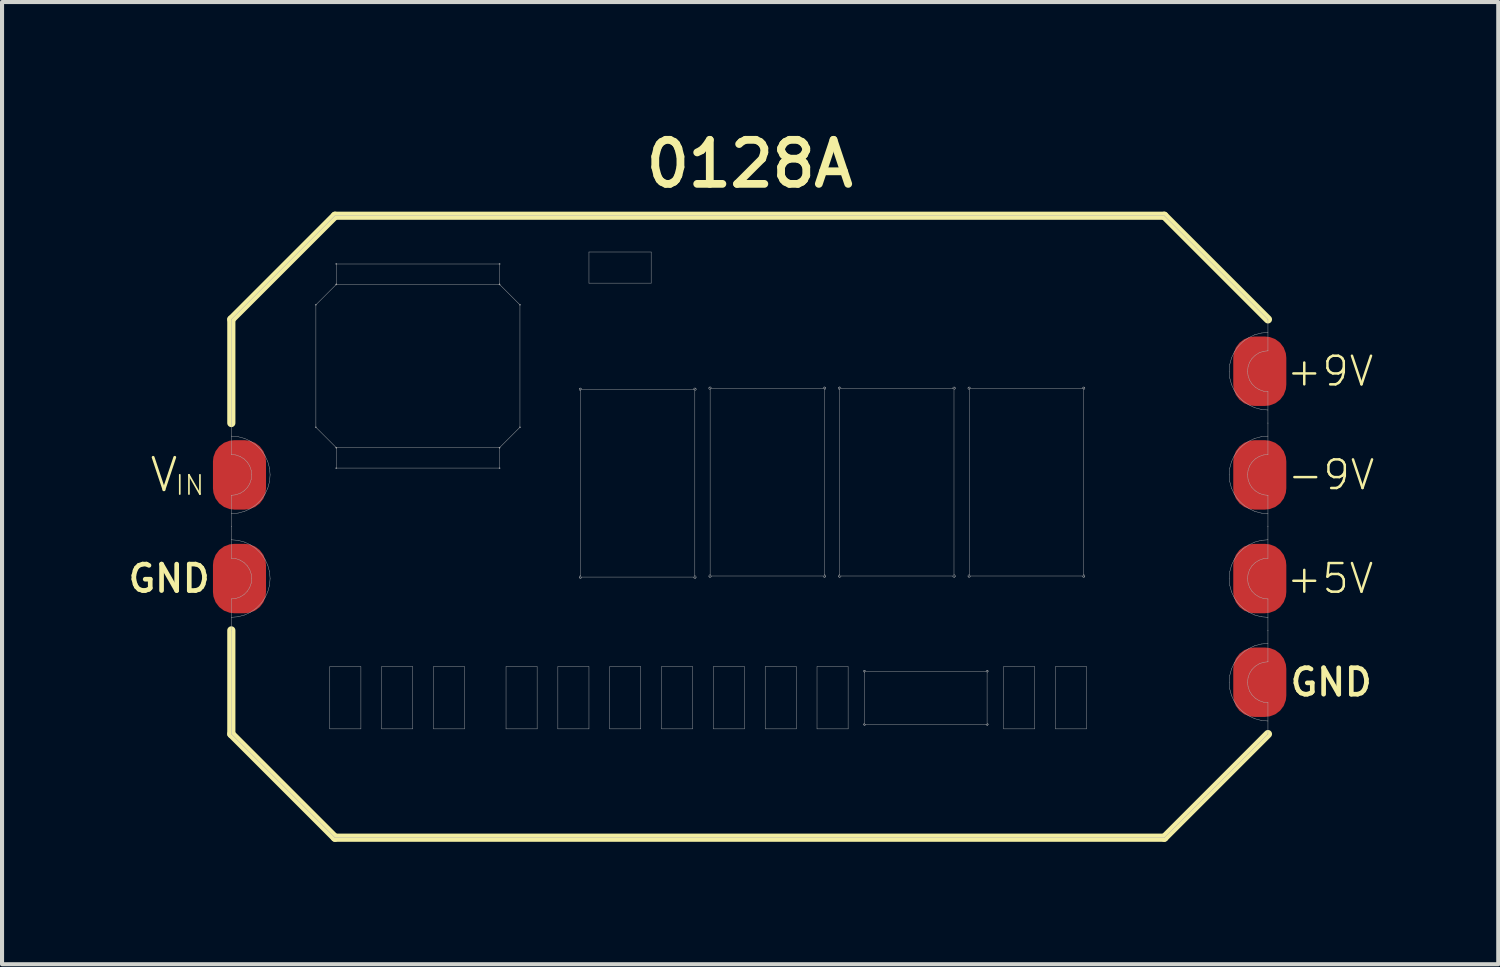
<source format=kicad_pcb>
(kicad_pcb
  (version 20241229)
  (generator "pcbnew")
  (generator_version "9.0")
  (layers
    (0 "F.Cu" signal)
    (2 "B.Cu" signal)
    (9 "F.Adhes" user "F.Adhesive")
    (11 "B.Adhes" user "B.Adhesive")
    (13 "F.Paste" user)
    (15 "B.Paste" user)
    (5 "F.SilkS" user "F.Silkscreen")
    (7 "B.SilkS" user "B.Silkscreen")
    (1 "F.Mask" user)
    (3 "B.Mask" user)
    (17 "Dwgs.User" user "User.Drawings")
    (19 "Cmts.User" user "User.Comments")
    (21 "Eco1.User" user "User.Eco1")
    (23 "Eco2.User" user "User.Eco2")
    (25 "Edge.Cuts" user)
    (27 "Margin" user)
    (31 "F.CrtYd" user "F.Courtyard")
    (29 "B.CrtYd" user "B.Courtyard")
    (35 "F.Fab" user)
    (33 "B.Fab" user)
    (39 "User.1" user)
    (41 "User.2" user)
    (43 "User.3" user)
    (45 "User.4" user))
  (footprint "0128A"
    (layer "F.Cu")
    (at 15.318 9.856)
    (property "Reference" "0128A" (at 0 -8.89 0) (layer "F.SilkS") (effects (font (size 1.079 1.079) (thickness 0.191))))
    (fp_line (start -12.7 -5.08) (end -10.16 -7.62) (stroke (width 0.2) (type solid)) (layer "F.SilkS"))
    (fp_line (start -12.7 -2.54) (end -12.7 -5.08) (stroke (width 0.2) (type solid)) (layer "F.SilkS"))
    (fp_line (start -12.7 5.08) (end -12.7 2.54) (stroke (width 0.2) (type solid)) (layer "F.SilkS"))
    (fp_line (start -10.16 -7.62) (end 10.16 -7.62) (stroke (width 0.2) (type solid)) (layer "F.SilkS"))
    (fp_line (start -10.16 7.62) (end -12.7 5.08) (stroke (width 0.2) (type solid)) (layer "F.SilkS"))
    (fp_line (start 10.16 -7.62) (end 12.7 -5.08) (stroke (width 0.2) (type solid)) (layer "F.SilkS"))
    (fp_line (start 10.16 7.62) (end -10.16 7.62) (stroke (width 0.2) (type solid)) (layer "F.SilkS"))
    (fp_line (start 12.7 5.08) (end 10.16 7.62) (stroke (width 0.2) (type solid)) (layer "F.SilkS"))
    (fp_line (start -12.7 -5.08) (end -12.7 -2.22) (stroke (width 0.01) (type solid)) (layer "F.Fab"))
    (fp_line (start -12.7 -2.22) (end -12.535 -2.206) (stroke (width 0.01) (type solid)) (layer "F.Fab"))
    (fp_line (start -12.7 -1.77) (end -12.7 -2.22) (stroke (width 0.01) (type solid)) (layer "F.Fab"))
    (fp_line (start -12.7 -0.77) (end -12.589 -0.782) (stroke (width 0.01) (type solid)) (layer "F.Fab"))
    (fp_line (start -12.7 -0.32) (end -12.7 -0.77) (stroke (width 0.01) (type solid)) (layer "F.Fab"))
    (fp_line (start -12.7 0.32) (end -12.7 -0.32) (stroke (width 0.01) (type solid)) (layer "F.Fab"))
    (fp_line (start -12.7 0.32) (end -12.535 0.334) (stroke (width 0.01) (type solid)) (layer "F.Fab"))
    (fp_line (start -12.7 0.77) (end -12.7 0.32) (stroke (width 0.01) (type solid)) (layer "F.Fab"))
    (fp_line (start -12.7 1.77) (end -12.589 1.758) (stroke (width 0.01) (type solid)) (layer "F.Fab"))
    (fp_line (start -12.7 2.22) (end -12.7 1.77) (stroke (width 0.01) (type solid)) (layer "F.Fab"))
    (fp_line (start -12.7 2.22) (end -12.7 5.08) (stroke (width 0.01) (type solid)) (layer "F.Fab"))
    (fp_line (start -12.7 5.08) (end -10.16 7.62) (stroke (width 0.01) (type solid)) (layer "F.Fab"))
    (fp_line (start -12.589 -1.758) (end -12.7 -1.77) (stroke (width 0.01) (type solid)) (layer "F.Fab"))
    (fp_line (start -12.589 -0.782) (end -12.483 -0.82) (stroke (width 0.01) (type solid)) (layer "F.Fab"))
    (fp_line (start -12.589 0.782) (end -12.7 0.77) (stroke (width 0.01) (type solid)) (layer "F.Fab"))
    (fp_line (start -12.589 1.758) (end -12.483 1.72) (stroke (width 0.01) (type solid)) (layer "F.Fab"))
    (fp_line (start -12.535 -2.206) (end -12.375 -2.163) (stroke (width 0.01) (type solid)) (layer "F.Fab"))
    (fp_line (start -12.535 -0.334) (end -12.7 -0.32) (stroke (width 0.01) (type solid)) (layer "F.Fab"))
    (fp_line (start -12.535 0.334) (end -12.375 0.377) (stroke (width 0.01) (type solid)) (layer "F.Fab"))
    (fp_line (start -12.535 2.206) (end -12.7 2.22) (stroke (width 0.01) (type solid)) (layer "F.Fab"))
    (fp_line (start -12.483 -1.72) (end -12.589 -1.758) (stroke (width 0.01) (type solid)) (layer "F.Fab"))
    (fp_line (start -12.483 -0.82) (end -12.388 -0.879) (stroke (width 0.01) (type solid)) (layer "F.Fab"))
    (fp_line (start -12.483 0.82) (end -12.589 0.782) (stroke (width 0.01) (type solid)) (layer "F.Fab"))
    (fp_line (start -12.483 1.72) (end -12.388 1.661) (stroke (width 0.01) (type solid)) (layer "F.Fab"))
    (fp_line (start -12.388 -1.661) (end -12.483 -1.72) (stroke (width 0.01) (type solid)) (layer "F.Fab"))
    (fp_line (start -12.388 -0.879) (end -12.309 -0.958) (stroke (width 0.01) (type solid)) (layer "F.Fab"))
    (fp_line (start -12.388 0.879) (end -12.483 0.82) (stroke (width 0.01) (type solid)) (layer "F.Fab"))
    (fp_line (start -12.388 1.661) (end -12.309 1.582) (stroke (width 0.01) (type solid)) (layer "F.Fab"))
    (fp_line (start -12.375 -2.163) (end -12.225 -2.093) (stroke (width 0.01) (type solid)) (layer "F.Fab"))
    (fp_line (start -12.375 -0.377) (end -12.535 -0.334) (stroke (width 0.01) (type solid)) (layer "F.Fab"))
    (fp_line (start -12.375 0.377) (end -12.225 0.447) (stroke (width 0.01) (type solid)) (layer "F.Fab"))
    (fp_line (start -12.375 2.163) (end -12.535 2.206) (stroke (width 0.01) (type solid)) (layer "F.Fab"))
    (fp_line (start -12.309 -1.582) (end -12.388 -1.661) (stroke (width 0.01) (type solid)) (layer "F.Fab"))
    (fp_line (start -12.309 -0.958) (end -12.249 -1.053) (stroke (width 0.01) (type solid)) (layer "F.Fab"))
    (fp_line (start -12.309 0.958) (end -12.388 0.879) (stroke (width 0.01) (type solid)) (layer "F.Fab"))
    (fp_line (start -12.309 1.582) (end -12.249 1.487) (stroke (width 0.01) (type solid)) (layer "F.Fab"))
    (fp_line (start -12.249 -1.487) (end -12.309 -1.582) (stroke (width 0.01) (type solid)) (layer "F.Fab"))
    (fp_line (start -12.249 -1.053) (end -12.213 -1.159) (stroke (width 0.01) (type solid)) (layer "F.Fab"))
    (fp_line (start -12.249 1.053) (end -12.309 0.958) (stroke (width 0.01) (type solid)) (layer "F.Fab"))
    (fp_line (start -12.249 1.487) (end -12.213 1.381) (stroke (width 0.01) (type solid)) (layer "F.Fab"))
    (fp_line (start -12.225 -2.093) (end -12.089 -1.998) (stroke (width 0.01) (type solid)) (layer "F.Fab"))
    (fp_line (start -12.225 -0.447) (end -12.375 -0.377) (stroke (width 0.01) (type solid)) (layer "F.Fab"))
    (fp_line (start -12.225 0.447) (end -12.089 0.542) (stroke (width 0.01) (type solid)) (layer "F.Fab"))
    (fp_line (start -12.225 2.093) (end -12.375 2.163) (stroke (width 0.01) (type solid)) (layer "F.Fab"))
    (fp_line (start -12.213 -1.381) (end -12.249 -1.487) (stroke (width 0.01) (type solid)) (layer "F.Fab"))
    (fp_line (start -12.213 -1.159) (end -12.2 -1.27) (stroke (width 0.01) (type solid)) (layer "F.Fab"))
    (fp_line (start -12.213 1.159) (end -12.249 1.053) (stroke (width 0.01) (type solid)) (layer "F.Fab"))
    (fp_line (start -12.213 1.381) (end -12.2 1.27) (stroke (width 0.01) (type solid)) (layer "F.Fab"))
    (fp_line (start -12.2 -1.27) (end -12.213 -1.381) (stroke (width 0.01) (type solid)) (layer "F.Fab"))
    (fp_line (start -12.2 1.27) (end -12.213 1.159) (stroke (width 0.01) (type solid)) (layer "F.Fab"))
    (fp_line (start -12.089 -1.998) (end -11.972 -1.881) (stroke (width 0.01) (type solid)) (layer "F.Fab"))
    (fp_line (start -12.089 -0.542) (end -12.225 -0.447) (stroke (width 0.01) (type solid)) (layer "F.Fab"))
    (fp_line (start -12.089 0.542) (end -11.972 0.659) (stroke (width 0.01) (type solid)) (layer "F.Fab"))
    (fp_line (start -12.089 1.998) (end -12.225 2.093) (stroke (width 0.01) (type solid)) (layer "F.Fab"))
    (fp_line (start -11.972 -1.881) (end -11.877 -1.745) (stroke (width 0.01) (type solid)) (layer "F.Fab"))
    (fp_line (start -11.972 -0.659) (end -12.089 -0.542) (stroke (width 0.01) (type solid)) (layer "F.Fab"))
    (fp_line (start -11.972 0.659) (end -11.877 0.795) (stroke (width 0.01) (type solid)) (layer "F.Fab"))
    (fp_line (start -11.972 1.881) (end -12.089 1.998) (stroke (width 0.01) (type solid)) (layer "F.Fab"))
    (fp_line (start -11.877 -1.745) (end -11.807 -1.595) (stroke (width 0.01) (type solid)) (layer "F.Fab"))
    (fp_line (start -11.877 -0.795) (end -11.972 -0.659) (stroke (width 0.01) (type solid)) (layer "F.Fab"))
    (fp_line (start -11.877 0.795) (end -11.807 0.945) (stroke (width 0.01) (type solid)) (layer "F.Fab"))
    (fp_line (start -11.877 1.745) (end -11.972 1.881) (stroke (width 0.01) (type solid)) (layer "F.Fab"))
    (fp_line (start -11.807 -1.595) (end -11.764 -1.435) (stroke (width 0.01) (type solid)) (layer "F.Fab"))
    (fp_line (start -11.807 -0.945) (end -11.877 -0.795) (stroke (width 0.01) (type solid)) (layer "F.Fab"))
    (fp_line (start -11.807 0.945) (end -11.764 1.105) (stroke (width 0.01) (type solid)) (layer "F.Fab"))
    (fp_line (start -11.807 1.595) (end -11.877 1.745) (stroke (width 0.01) (type solid)) (layer "F.Fab"))
    (fp_line (start -11.764 -1.435) (end -11.75 -1.27) (stroke (width 0.01) (type solid)) (layer "F.Fab"))
    (fp_line (start -11.764 -1.105) (end -11.807 -0.945) (stroke (width 0.01) (type solid)) (layer "F.Fab"))
    (fp_line (start -11.764 1.105) (end -11.75 1.27) (stroke (width 0.01) (type solid)) (layer "F.Fab"))
    (fp_line (start -11.764 1.435) (end -11.807 1.595) (stroke (width 0.01) (type solid)) (layer "F.Fab"))
    (fp_line (start -11.75 -1.27) (end -11.764 -1.105) (stroke (width 0.01) (type solid)) (layer "F.Fab"))
    (fp_line (start -11.75 1.27) (end -11.764 1.435) (stroke (width 0.01) (type solid)) (layer "F.Fab"))
    (fp_line (start -10.628 -5.437) (end -10.128 -5.937) (stroke (width 0.01) (type solid)) (layer "F.Fab"))
    (fp_line (start -10.628 -2.437) (end -10.628 -5.437) (stroke (width 0.01) (type solid)) (layer "F.Fab"))
    (fp_line (start -10.287 3.429) (end -9.525 3.429) (stroke (width 0.01) (type solid)) (layer "F.Fab"))
    (fp_line (start -10.287 4.953) (end -10.287 3.429) (stroke (width 0.01) (type solid)) (layer "F.Fab"))
    (fp_line (start -10.16 -7.62) (end -12.7 -5.08) (stroke (width 0.01) (type solid)) (layer "F.Fab"))
    (fp_line (start -10.16 7.62) (end 10.16 7.62) (stroke (width 0.01) (type solid)) (layer "F.Fab"))
    (fp_line (start -10.128 -6.437) (end -6.141 -6.437) (stroke (width 0.01) (type solid)) (layer "F.Fab"))
    (fp_line (start -10.128 -6.425) (end -10.128 -6.437) (stroke (width 0.01) (type solid)) (layer "F.Fab"))
    (fp_line (start -10.128 -5.949) (end -10.128 -6.425) (stroke (width 0.01) (type solid)) (layer "F.Fab"))
    (fp_line (start -10.128 -5.937) (end -10.128 -5.949) (stroke (width 0.01) (type solid)) (layer "F.Fab"))
    (fp_line (start -10.128 -5.937) (end -6.128 -5.937) (stroke (width 0.01) (type solid)) (layer "F.Fab"))
    (fp_line (start -10.128 -1.937) (end -10.628 -2.437) (stroke (width 0.01) (type solid)) (layer "F.Fab"))
    (fp_line (start -10.128 -1.925) (end -10.128 -1.937) (stroke (width 0.01) (type solid)) (layer "F.Fab"))
    (fp_line (start -10.128 -1.45) (end -10.128 -1.925) (stroke (width 0.01) (type solid)) (layer "F.Fab"))
    (fp_line (start -10.128 -1.437) (end -10.128 -1.45) (stroke (width 0.01) (type solid)) (layer "F.Fab"))
    (fp_line (start -9.525 3.429) (end -9.525 4.953) (stroke (width 0.01) (type solid)) (layer "F.Fab"))
    (fp_line (start -9.525 4.953) (end -10.287 4.953) (stroke (width 0.01) (type solid)) (layer "F.Fab"))
    (fp_line (start -9.017 3.429) (end -8.255 3.429) (stroke (width 0.01) (type solid)) (layer "F.Fab"))
    (fp_line (start -9.017 4.953) (end -9.017 3.429) (stroke (width 0.01) (type solid)) (layer "F.Fab"))
    (fp_line (start -8.255 3.429) (end -8.255 4.953) (stroke (width 0.01) (type solid)) (layer "F.Fab"))
    (fp_line (start -8.255 4.953) (end -9.017 4.953) (stroke (width 0.01) (type solid)) (layer "F.Fab"))
    (fp_line (start -7.747 3.429) (end -6.985 3.429) (stroke (width 0.01) (type solid)) (layer "F.Fab"))
    (fp_line (start -7.747 4.953) (end -7.747 3.429) (stroke (width 0.01) (type solid)) (layer "F.Fab"))
    (fp_line (start -6.985 3.429) (end -6.985 4.953) (stroke (width 0.01) (type solid)) (layer "F.Fab"))
    (fp_line (start -6.985 4.953) (end -7.747 4.953) (stroke (width 0.01) (type solid)) (layer "F.Fab"))
    (fp_line (start -6.141 -6.437) (end -6.128 -6.437) (stroke (width 0.01) (type solid)) (layer "F.Fab"))
    (fp_line (start -6.128 -6.437) (end -6.128 -5.949) (stroke (width 0.01) (type solid)) (layer "F.Fab"))
    (fp_line (start -6.128 -5.949) (end -6.128 -5.937) (stroke (width 0.01) (type solid)) (layer "F.Fab"))
    (fp_line (start -6.128 -5.937) (end -5.628 -5.437) (stroke (width 0.01) (type solid)) (layer "F.Fab"))
    (fp_line (start -6.128 -1.937) (end -10.128 -1.937) (stroke (width 0.01) (type solid)) (layer "F.Fab"))
    (fp_line (start -6.128 -1.937) (end -6.128 -1.925) (stroke (width 0.01) (type solid)) (layer "F.Fab"))
    (fp_line (start -6.128 -1.925) (end -6.128 -1.45) (stroke (width 0.01) (type solid)) (layer "F.Fab"))
    (fp_line (start -6.128 -1.45) (end -6.128 -1.437) (stroke (width 0.01) (type solid)) (layer "F.Fab"))
    (fp_line (start -6.128 -1.437) (end -10.128 -1.437) (stroke (width 0.01) (type solid)) (layer "F.Fab"))
    (fp_line (start -5.969 3.429) (end -5.207 3.429) (stroke (width 0.01) (type solid)) (layer "F.Fab"))
    (fp_line (start -5.969 4.953) (end -5.969 3.429) (stroke (width 0.01) (type solid)) (layer "F.Fab"))
    (fp_line (start -5.628 -5.437) (end -5.628 -2.437) (stroke (width 0.01) (type solid)) (layer "F.Fab"))
    (fp_line (start -5.628 -2.437) (end -6.128 -1.937) (stroke (width 0.01) (type solid)) (layer "F.Fab"))
    (fp_line (start -5.207 3.429) (end -5.207 4.953) (stroke (width 0.01) (type solid)) (layer "F.Fab"))
    (fp_line (start -5.207 4.953) (end -5.969 4.953) (stroke (width 0.01) (type solid)) (layer "F.Fab"))
    (fp_line (start -4.699 3.429) (end -3.937 3.429) (stroke (width 0.01) (type solid)) (layer "F.Fab"))
    (fp_line (start -4.699 4.953) (end -4.699 3.429) (stroke (width 0.01) (type solid)) (layer "F.Fab"))
    (fp_line (start -4.143 -3.367) (end -1.375 -3.367) (stroke (width 0.01) (type solid)) (layer "F.Fab"))
    (fp_line (start -4.143 -3.335) (end -4.143 -3.367) (stroke (width 0.01) (type solid)) (layer "F.Fab"))
    (fp_line (start -4.143 1.202) (end -4.143 -3.335) (stroke (width 0.01) (type solid)) (layer "F.Fab"))
    (fp_line (start -4.143 1.233) (end -4.143 1.202) (stroke (width 0.01) (type solid)) (layer "F.Fab"))
    (fp_line (start -3.937 -6.731) (end -2.413 -6.731) (stroke (width 0.01) (type solid)) (layer "F.Fab"))
    (fp_line (start -3.937 -5.969) (end -3.937 -6.731) (stroke (width 0.01) (type solid)) (layer "F.Fab"))
    (fp_line (start -3.937 3.429) (end -3.937 4.953) (stroke (width 0.01) (type solid)) (layer "F.Fab"))
    (fp_line (start -3.937 4.953) (end -4.699 4.953) (stroke (width 0.01) (type solid)) (layer "F.Fab"))
    (fp_line (start -3.429 3.429) (end -2.667 3.429) (stroke (width 0.01) (type solid)) (layer "F.Fab"))
    (fp_line (start -3.429 4.953) (end -3.429 3.429) (stroke (width 0.01) (type solid)) (layer "F.Fab"))
    (fp_line (start -2.667 3.429) (end -2.667 4.953) (stroke (width 0.01) (type solid)) (layer "F.Fab"))
    (fp_line (start -2.667 4.953) (end -3.429 4.953) (stroke (width 0.01) (type solid)) (layer "F.Fab"))
    (fp_line (start -2.413 -6.731) (end -2.413 -5.969) (stroke (width 0.01) (type solid)) (layer "F.Fab"))
    (fp_line (start -2.413 -5.969) (end -3.937 -5.969) (stroke (width 0.01) (type solid)) (layer "F.Fab"))
    (fp_line (start -2.159 3.429) (end -1.397 3.429) (stroke (width 0.01) (type solid)) (layer "F.Fab"))
    (fp_line (start -2.159 4.953) (end -2.159 3.429) (stroke (width 0.01) (type solid)) (layer "F.Fab"))
    (fp_line (start -1.397 3.429) (end -1.397 4.953) (stroke (width 0.01) (type solid)) (layer "F.Fab"))
    (fp_line (start -1.397 4.953) (end -2.159 4.953) (stroke (width 0.01) (type solid)) (layer "F.Fab"))
    (fp_line (start -1.375 -3.367) (end -1.343 -3.367) (stroke (width 0.01) (type solid)) (layer "F.Fab"))
    (fp_line (start -1.343 -3.367) (end -1.343 1.202) (stroke (width 0.01) (type solid)) (layer "F.Fab"))
    (fp_line (start -1.343 1.202) (end -1.343 1.233) (stroke (width 0.01) (type solid)) (layer "F.Fab"))
    (fp_line (start -1.343 1.233) (end -4.143 1.233) (stroke (width 0.01) (type solid)) (layer "F.Fab"))
    (fp_line (start -0.968 -3.392) (end 1.8 -3.392) (stroke (width 0.01) (type solid)) (layer "F.Fab"))
    (fp_line (start -0.968 -3.36) (end -0.968 -3.392) (stroke (width 0.01) (type solid)) (layer "F.Fab"))
    (fp_line (start -0.968 1.176) (end -0.968 -3.36) (stroke (width 0.01) (type solid)) (layer "F.Fab"))
    (fp_line (start -0.968 1.208) (end -0.968 1.176) (stroke (width 0.01) (type solid)) (layer "F.Fab"))
    (fp_line (start -0.889 3.429) (end -0.127 3.429) (stroke (width 0.01) (type solid)) (layer "F.Fab"))
    (fp_line (start -0.889 4.953) (end -0.889 3.429) (stroke (width 0.01) (type solid)) (layer "F.Fab"))
    (fp_line (start -0.127 3.429) (end -0.127 4.953) (stroke (width 0.01) (type solid)) (layer "F.Fab"))
    (fp_line (start -0.127 4.953) (end -0.889 4.953) (stroke (width 0.01) (type solid)) (layer "F.Fab"))
    (fp_line (start 0.381 3.429) (end 1.143 3.429) (stroke (width 0.01) (type solid)) (layer "F.Fab"))
    (fp_line (start 0.381 4.953) (end 0.381 3.429) (stroke (width 0.01) (type solid)) (layer "F.Fab"))
    (fp_line (start 1.143 3.429) (end 1.143 4.953) (stroke (width 0.01) (type solid)) (layer "F.Fab"))
    (fp_line (start 1.143 4.953) (end 0.381 4.953) (stroke (width 0.01) (type solid)) (layer "F.Fab"))
    (fp_line (start 1.651 3.429) (end 2.413 3.429) (stroke (width 0.01) (type solid)) (layer "F.Fab"))
    (fp_line (start 1.651 4.953) (end 1.651 3.429) (stroke (width 0.01) (type solid)) (layer "F.Fab"))
    (fp_line (start 1.8 -3.392) (end 1.832 -3.392) (stroke (width 0.01) (type solid)) (layer "F.Fab"))
    (fp_line (start 1.832 -3.392) (end 1.832 1.176) (stroke (width 0.01) (type solid)) (layer "F.Fab"))
    (fp_line (start 1.832 1.176) (end 1.832 1.208) (stroke (width 0.01) (type solid)) (layer "F.Fab"))
    (fp_line (start 1.832 1.208) (end -0.968 1.208) (stroke (width 0.01) (type solid)) (layer "F.Fab"))
    (fp_line (start 2.207 -3.392) (end 4.975 -3.392) (stroke (width 0.01) (type solid)) (layer "F.Fab"))
    (fp_line (start 2.207 -3.36) (end 2.207 -3.392) (stroke (width 0.01) (type solid)) (layer "F.Fab"))
    (fp_line (start 2.207 1.176) (end 2.207 -3.36) (stroke (width 0.01) (type solid)) (layer "F.Fab"))
    (fp_line (start 2.207 1.208) (end 2.207 1.176) (stroke (width 0.01) (type solid)) (layer "F.Fab"))
    (fp_line (start 2.413 3.429) (end 2.413 4.953) (stroke (width 0.01) (type solid)) (layer "F.Fab"))
    (fp_line (start 2.413 4.953) (end 1.651 4.953) (stroke (width 0.01) (type solid)) (layer "F.Fab"))
    (fp_line (start 2.818 3.541) (end 5.793 3.541) (stroke (width 0.01) (type solid)) (layer "F.Fab"))
    (fp_line (start 2.818 3.566) (end 2.818 3.541) (stroke (width 0.01) (type solid)) (layer "F.Fab"))
    (fp_line (start 2.818 4.841) (end 2.818 3.566) (stroke (width 0.01) (type solid)) (layer "F.Fab"))
    (fp_line (start 2.843 4.841) (end 2.818 4.841) (stroke (width 0.01) (type solid)) (layer "F.Fab"))
    (fp_line (start 4.975 -3.392) (end 5.007 -3.392) (stroke (width 0.01) (type solid)) (layer "F.Fab"))
    (fp_line (start 5.007 -3.392) (end 5.007 1.176) (stroke (width 0.01) (type solid)) (layer "F.Fab"))
    (fp_line (start 5.007 1.176) (end 5.007 1.208) (stroke (width 0.01) (type solid)) (layer "F.Fab"))
    (fp_line (start 5.007 1.208) (end 2.207 1.208) (stroke (width 0.01) (type solid)) (layer "F.Fab"))
    (fp_line (start 5.382 -3.392) (end 8.15 -3.392) (stroke (width 0.01) (type solid)) (layer "F.Fab"))
    (fp_line (start 5.382 -3.36) (end 5.382 -3.392) (stroke (width 0.01) (type solid)) (layer "F.Fab"))
    (fp_line (start 5.382 1.176) (end 5.382 -3.36) (stroke (width 0.01) (type solid)) (layer "F.Fab"))
    (fp_line (start 5.382 1.208) (end 5.382 1.176) (stroke (width 0.01) (type solid)) (layer "F.Fab"))
    (fp_line (start 5.793 3.541) (end 5.818 3.541) (stroke (width 0.01) (type solid)) (layer "F.Fab"))
    (fp_line (start 5.793 4.841) (end 2.843 4.841) (stroke (width 0.01) (type solid)) (layer "F.Fab"))
    (fp_line (start 5.818 3.541) (end 5.818 4.841) (stroke (width 0.01) (type solid)) (layer "F.Fab"))
    (fp_line (start 5.818 4.841) (end 5.793 4.841) (stroke (width 0.01) (type solid)) (layer "F.Fab"))
    (fp_line (start 6.223 3.429) (end 6.985 3.429) (stroke (width 0.01) (type solid)) (layer "F.Fab"))
    (fp_line (start 6.223 4.953) (end 6.223 3.429) (stroke (width 0.01) (type solid)) (layer "F.Fab"))
    (fp_line (start 6.985 3.429) (end 6.985 4.953) (stroke (width 0.01) (type solid)) (layer "F.Fab"))
    (fp_line (start 6.985 4.953) (end 6.223 4.953) (stroke (width 0.01) (type solid)) (layer "F.Fab"))
    (fp_line (start 7.493 3.429) (end 8.255 3.429) (stroke (width 0.01) (type solid)) (layer "F.Fab"))
    (fp_line (start 7.493 4.953) (end 7.493 3.429) (stroke (width 0.01) (type solid)) (layer "F.Fab"))
    (fp_line (start 8.15 -3.392) (end 8.182 -3.392) (stroke (width 0.01) (type solid)) (layer "F.Fab"))
    (fp_line (start 8.182 -3.392) (end 8.182 1.176) (stroke (width 0.01) (type solid)) (layer "F.Fab"))
    (fp_line (start 8.182 1.176) (end 8.182 1.208) (stroke (width 0.01) (type solid)) (layer "F.Fab"))
    (fp_line (start 8.182 1.208) (end 5.382 1.208) (stroke (width 0.01) (type solid)) (layer "F.Fab"))
    (fp_line (start 8.255 3.429) (end 8.255 4.953) (stroke (width 0.01) (type solid)) (layer "F.Fab"))
    (fp_line (start 8.255 4.953) (end 7.493 4.953) (stroke (width 0.01) (type solid)) (layer "F.Fab"))
    (fp_line (start 10.16 -7.62) (end -10.16 -7.62) (stroke (width 0.01) (type solid)) (layer "F.Fab"))
    (fp_line (start 10.16 7.62) (end 12.7 5.08) (stroke (width 0.01) (type solid)) (layer "F.Fab"))
    (fp_line (start 11.75 -3.81) (end 11.764 -3.975) (stroke (width 0.01) (type solid)) (layer "F.Fab"))
    (fp_line (start 11.75 -1.27) (end 11.764 -1.435) (stroke (width 0.01) (type solid)) (layer "F.Fab"))
    (fp_line (start 11.75 1.27) (end 11.764 1.105) (stroke (width 0.01) (type solid)) (layer "F.Fab"))
    (fp_line (start 11.75 3.81) (end 11.764 3.645) (stroke (width 0.01) (type solid)) (layer "F.Fab"))
    (fp_line (start 11.764 -3.975) (end 11.807 -4.135) (stroke (width 0.01) (type solid)) (layer "F.Fab"))
    (fp_line (start 11.764 -3.645) (end 11.75 -3.81) (stroke (width 0.01) (type solid)) (layer "F.Fab"))
    (fp_line (start 11.764 -1.435) (end 11.807 -1.595) (stroke (width 0.01) (type solid)) (layer "F.Fab"))
    (fp_line (start 11.764 -1.105) (end 11.75 -1.27) (stroke (width 0.01) (type solid)) (layer "F.Fab"))
    (fp_line (start 11.764 1.105) (end 11.807 0.945) (stroke (width 0.01) (type solid)) (layer "F.Fab"))
    (fp_line (start 11.764 1.435) (end 11.75 1.27) (stroke (width 0.01) (type solid)) (layer "F.Fab"))
    (fp_line (start 11.764 3.645) (end 11.807 3.485) (stroke (width 0.01) (type solid)) (layer "F.Fab"))
    (fp_line (start 11.764 3.975) (end 11.75 3.81) (stroke (width 0.01) (type solid)) (layer "F.Fab"))
    (fp_line (start 11.807 -4.135) (end 11.877 -4.285) (stroke (width 0.01) (type solid)) (layer "F.Fab"))
    (fp_line (start 11.807 -3.485) (end 11.764 -3.645) (stroke (width 0.01) (type solid)) (layer "F.Fab"))
    (fp_line (start 11.807 -1.595) (end 11.877 -1.745) (stroke (width 0.01) (type solid)) (layer "F.Fab"))
    (fp_line (start 11.807 -0.945) (end 11.764 -1.105) (stroke (width 0.01) (type solid)) (layer "F.Fab"))
    (fp_line (start 11.807 0.945) (end 11.877 0.795) (stroke (width 0.01) (type solid)) (layer "F.Fab"))
    (fp_line (start 11.807 1.595) (end 11.764 1.435) (stroke (width 0.01) (type solid)) (layer "F.Fab"))
    (fp_line (start 11.807 3.485) (end 11.877 3.335) (stroke (width 0.01) (type solid)) (layer "F.Fab"))
    (fp_line (start 11.807 4.135) (end 11.764 3.975) (stroke (width 0.01) (type solid)) (layer "F.Fab"))
    (fp_line (start 11.877 -4.285) (end 11.972 -4.421) (stroke (width 0.01) (type solid)) (layer "F.Fab"))
    (fp_line (start 11.877 -3.335) (end 11.807 -3.485) (stroke (width 0.01) (type solid)) (layer "F.Fab"))
    (fp_line (start 11.877 -1.745) (end 11.972 -1.881) (stroke (width 0.01) (type solid)) (layer "F.Fab"))
    (fp_line (start 11.877 -0.795) (end 11.807 -0.945) (stroke (width 0.01) (type solid)) (layer "F.Fab"))
    (fp_line (start 11.877 0.795) (end 11.972 0.659) (stroke (width 0.01) (type solid)) (layer "F.Fab"))
    (fp_line (start 11.877 1.745) (end 11.807 1.595) (stroke (width 0.01) (type solid)) (layer "F.Fab"))
    (fp_line (start 11.877 3.335) (end 11.972 3.199) (stroke (width 0.01) (type solid)) (layer "F.Fab"))
    (fp_line (start 11.877 4.285) (end 11.807 4.135) (stroke (width 0.01) (type solid)) (layer "F.Fab"))
    (fp_line (start 11.972 -4.421) (end 12.089 -4.538) (stroke (width 0.01) (type solid)) (layer "F.Fab"))
    (fp_line (start 11.972 -3.199) (end 11.877 -3.335) (stroke (width 0.01) (type solid)) (layer "F.Fab"))
    (fp_line (start 11.972 -1.881) (end 12.089 -1.998) (stroke (width 0.01) (type solid)) (layer "F.Fab"))
    (fp_line (start 11.972 -0.659) (end 11.877 -0.795) (stroke (width 0.01) (type solid)) (layer "F.Fab"))
    (fp_line (start 11.972 0.659) (end 12.089 0.542) (stroke (width 0.01) (type solid)) (layer "F.Fab"))
    (fp_line (start 11.972 1.881) (end 11.877 1.745) (stroke (width 0.01) (type solid)) (layer "F.Fab"))
    (fp_line (start 11.972 3.199) (end 12.089 3.082) (stroke (width 0.01) (type solid)) (layer "F.Fab"))
    (fp_line (start 11.972 4.421) (end 11.877 4.285) (stroke (width 0.01) (type solid)) (layer "F.Fab"))
    (fp_line (start 12.089 -4.538) (end 12.225 -4.633) (stroke (width 0.01) (type solid)) (layer "F.Fab"))
    (fp_line (start 12.089 -3.082) (end 11.972 -3.199) (stroke (width 0.01) (type solid)) (layer "F.Fab"))
    (fp_line (start 12.089 -1.998) (end 12.225 -2.093) (stroke (width 0.01) (type solid)) (layer "F.Fab"))
    (fp_line (start 12.089 -0.542) (end 11.972 -0.659) (stroke (width 0.01) (type solid)) (layer "F.Fab"))
    (fp_line (start 12.089 0.542) (end 12.225 0.447) (stroke (width 0.01) (type solid)) (layer "F.Fab"))
    (fp_line (start 12.089 1.998) (end 11.972 1.881) (stroke (width 0.01) (type solid)) (layer "F.Fab"))
    (fp_line (start 12.089 3.082) (end 12.225 2.987) (stroke (width 0.01) (type solid)) (layer "F.Fab"))
    (fp_line (start 12.089 4.538) (end 11.972 4.421) (stroke (width 0.01) (type solid)) (layer "F.Fab"))
    (fp_line (start 12.2 -3.81) (end 12.213 -3.699) (stroke (width 0.01) (type solid)) (layer "F.Fab"))
    (fp_line (start 12.2 -1.27) (end 12.213 -1.159) (stroke (width 0.01) (type solid)) (layer "F.Fab"))
    (fp_line (start 12.2 1.27) (end 12.213 1.381) (stroke (width 0.01) (type solid)) (layer "F.Fab"))
    (fp_line (start 12.2 3.81) (end 12.213 3.921) (stroke (width 0.01) (type solid)) (layer "F.Fab"))
    (fp_line (start 12.213 -3.921) (end 12.2 -3.81) (stroke (width 0.01) (type solid)) (layer "F.Fab"))
    (fp_line (start 12.213 -3.699) (end 12.249 -3.593) (stroke (width 0.01) (type solid)) (layer "F.Fab"))
    (fp_line (start 12.213 -1.381) (end 12.2 -1.27) (stroke (width 0.01) (type solid)) (layer "F.Fab"))
    (fp_line (start 12.213 -1.159) (end 12.249 -1.053) (stroke (width 0.01) (type solid)) (layer "F.Fab"))
    (fp_line (start 12.213 1.159) (end 12.2 1.27) (stroke (width 0.01) (type solid)) (layer "F.Fab"))
    (fp_line (start 12.213 1.381) (end 12.249 1.487) (stroke (width 0.01) (type solid)) (layer "F.Fab"))
    (fp_line (start 12.213 3.699) (end 12.2 3.81) (stroke (width 0.01) (type solid)) (layer "F.Fab"))
    (fp_line (start 12.213 3.921) (end 12.249 4.027) (stroke (width 0.01) (type solid)) (layer "F.Fab"))
    (fp_line (start 12.225 -4.633) (end 12.375 -4.703) (stroke (width 0.01) (type solid)) (layer "F.Fab"))
    (fp_line (start 12.225 -2.987) (end 12.089 -3.082) (stroke (width 0.01) (type solid)) (layer "F.Fab"))
    (fp_line (start 12.225 -2.093) (end 12.375 -2.163) (stroke (width 0.01) (type solid)) (layer "F.Fab"))
    (fp_line (start 12.225 -0.447) (end 12.089 -0.542) (stroke (width 0.01) (type solid)) (layer "F.Fab"))
    (fp_line (start 12.225 0.447) (end 12.375 0.377) (stroke (width 0.01) (type solid)) (layer "F.Fab"))
    (fp_line (start 12.225 2.093) (end 12.089 1.998) (stroke (width 0.01) (type solid)) (layer "F.Fab"))
    (fp_line (start 12.225 2.987) (end 12.375 2.917) (stroke (width 0.01) (type solid)) (layer "F.Fab"))
    (fp_line (start 12.225 4.633) (end 12.089 4.538) (stroke (width 0.01) (type solid)) (layer "F.Fab"))
    (fp_line (start 12.249 -4.027) (end 12.213 -3.921) (stroke (width 0.01) (type solid)) (layer "F.Fab"))
    (fp_line (start 12.249 -3.593) (end 12.309 -3.498) (stroke (width 0.01) (type solid)) (layer "F.Fab"))
    (fp_line (start 12.249 -1.487) (end 12.213 -1.381) (stroke (width 0.01) (type solid)) (layer "F.Fab"))
    (fp_line (start 12.249 -1.053) (end 12.309 -0.958) (stroke (width 0.01) (type solid)) (layer "F.Fab"))
    (fp_line (start 12.249 1.053) (end 12.213 1.159) (stroke (width 0.01) (type solid)) (layer "F.Fab"))
    (fp_line (start 12.249 1.487) (end 12.309 1.582) (stroke (width 0.01) (type solid)) (layer "F.Fab"))
    (fp_line (start 12.249 3.593) (end 12.213 3.699) (stroke (width 0.01) (type solid)) (layer "F.Fab"))
    (fp_line (start 12.249 4.027) (end 12.309 4.122) (stroke (width 0.01) (type solid)) (layer "F.Fab"))
    (fp_line (start 12.309 -4.122) (end 12.249 -4.027) (stroke (width 0.01) (type solid)) (layer "F.Fab"))
    (fp_line (start 12.309 -3.498) (end 12.388 -3.419) (stroke (width 0.01) (type solid)) (layer "F.Fab"))
    (fp_line (start 12.309 -1.582) (end 12.249 -1.487) (stroke (width 0.01) (type solid)) (layer "F.Fab"))
    (fp_line (start 12.309 -0.958) (end 12.388 -0.879) (stroke (width 0.01) (type solid)) (layer "F.Fab"))
    (fp_line (start 12.309 0.958) (end 12.249 1.053) (stroke (width 0.01) (type solid)) (layer "F.Fab"))
    (fp_line (start 12.309 1.582) (end 12.388 1.661) (stroke (width 0.01) (type solid)) (layer "F.Fab"))
    (fp_line (start 12.309 3.498) (end 12.249 3.593) (stroke (width 0.01) (type solid)) (layer "F.Fab"))
    (fp_line (start 12.309 4.122) (end 12.388 4.201) (stroke (width 0.01) (type solid)) (layer "F.Fab"))
    (fp_line (start 12.375 -4.703) (end 12.535 -4.746) (stroke (width 0.01) (type solid)) (layer "F.Fab"))
    (fp_line (start 12.375 -2.917) (end 12.225 -2.987) (stroke (width 0.01) (type solid)) (layer "F.Fab"))
    (fp_line (start 12.375 -2.163) (end 12.535 -2.206) (stroke (width 0.01) (type solid)) (layer "F.Fab"))
    (fp_line (start 12.375 -0.377) (end 12.225 -0.447) (stroke (width 0.01) (type solid)) (layer "F.Fab"))
    (fp_line (start 12.375 0.377) (end 12.535 0.334) (stroke (width 0.01) (type solid)) (layer "F.Fab"))
    (fp_line (start 12.375 2.163) (end 12.225 2.093) (stroke (width 0.01) (type solid)) (layer "F.Fab"))
    (fp_line (start 12.375 2.917) (end 12.535 2.874) (stroke (width 0.01) (type solid)) (layer "F.Fab"))
    (fp_line (start 12.375 4.703) (end 12.225 4.633) (stroke (width 0.01) (type solid)) (layer "F.Fab"))
    (fp_line (start 12.388 -4.201) (end 12.309 -4.122) (stroke (width 0.01) (type solid)) (layer "F.Fab"))
    (fp_line (start 12.388 -3.419) (end 12.483 -3.36) (stroke (width 0.01) (type solid)) (layer "F.Fab"))
    (fp_line (start 12.388 -1.661) (end 12.309 -1.582) (stroke (width 0.01) (type solid)) (layer "F.Fab"))
    (fp_line (start 12.388 -0.879) (end 12.483 -0.82) (stroke (width 0.01) (type solid)) (layer "F.Fab"))
    (fp_line (start 12.388 0.879) (end 12.309 0.958) (stroke (width 0.01) (type solid)) (layer "F.Fab"))
    (fp_line (start 12.388 1.661) (end 12.483 1.72) (stroke (width 0.01) (type solid)) (layer "F.Fab"))
    (fp_line (start 12.388 3.419) (end 12.309 3.498) (stroke (width 0.01) (type solid)) (layer "F.Fab"))
    (fp_line (start 12.388 4.201) (end 12.483 4.261) (stroke (width 0.01) (type solid)) (layer "F.Fab"))
    (fp_line (start 12.483 -4.261) (end 12.388 -4.201) (stroke (width 0.01) (type solid)) (layer "F.Fab"))
    (fp_line (start 12.483 -3.36) (end 12.589 -3.322) (stroke (width 0.01) (type solid)) (layer "F.Fab"))
    (fp_line (start 12.483 -1.72) (end 12.388 -1.661) (stroke (width 0.01) (type solid)) (layer "F.Fab"))
    (fp_line (start 12.483 -0.82) (end 12.589 -0.782) (stroke (width 0.01) (type solid)) (layer "F.Fab"))
    (fp_line (start 12.483 0.82) (end 12.388 0.879) (stroke (width 0.01) (type solid)) (layer "F.Fab"))
    (fp_line (start 12.483 1.72) (end 12.589 1.758) (stroke (width 0.01) (type solid)) (layer "F.Fab"))
    (fp_line (start 12.483 3.36) (end 12.388 3.419) (stroke (width 0.01) (type solid)) (layer "F.Fab"))
    (fp_line (start 12.483 4.261) (end 12.589 4.298) (stroke (width 0.01) (type solid)) (layer "F.Fab"))
    (fp_line (start 12.535 -4.746) (end 12.7 -4.76) (stroke (width 0.01) (type solid)) (layer "F.Fab"))
    (fp_line (start 12.535 -2.874) (end 12.375 -2.917) (stroke (width 0.01) (type solid)) (layer "F.Fab"))
    (fp_line (start 12.535 -2.206) (end 12.7 -2.22) (stroke (width 0.01) (type solid)) (layer "F.Fab"))
    (fp_line (start 12.535 -0.334) (end 12.375 -0.377) (stroke (width 0.01) (type solid)) (layer "F.Fab"))
    (fp_line (start 12.535 0.334) (end 12.7 0.32) (stroke (width 0.01) (type solid)) (layer "F.Fab"))
    (fp_line (start 12.535 2.206) (end 12.375 2.163) (stroke (width 0.01) (type solid)) (layer "F.Fab"))
    (fp_line (start 12.535 2.874) (end 12.7 2.86) (stroke (width 0.01) (type solid)) (layer "F.Fab"))
    (fp_line (start 12.535 4.746) (end 12.375 4.703) (stroke (width 0.01) (type solid)) (layer "F.Fab"))
    (fp_line (start 12.589 -4.298) (end 12.483 -4.261) (stroke (width 0.01) (type solid)) (layer "F.Fab"))
    (fp_line (start 12.589 -3.322) (end 12.7 -3.31) (stroke (width 0.01) (type solid)) (layer "F.Fab"))
    (fp_line (start 12.589 -1.758) (end 12.483 -1.72) (stroke (width 0.01) (type solid)) (layer "F.Fab"))
    (fp_line (start 12.589 -0.782) (end 12.7 -0.77) (stroke (width 0.01) (type solid)) (layer "F.Fab"))
    (fp_line (start 12.589 0.782) (end 12.483 0.82) (stroke (width 0.01) (type solid)) (layer "F.Fab"))
    (fp_line (start 12.589 1.758) (end 12.7 1.77) (stroke (width 0.01) (type solid)) (layer "F.Fab"))
    (fp_line (start 12.589 3.322) (end 12.483 3.36) (stroke (width 0.01) (type solid)) (layer "F.Fab"))
    (fp_line (start 12.589 4.298) (end 12.7 4.31) (stroke (width 0.01) (type solid)) (layer "F.Fab"))
    (fp_line (start 12.7 -5.08) (end 10.16 -7.62) (stroke (width 0.01) (type solid)) (layer "F.Fab"))
    (fp_line (start 12.7 -5.08) (end 12.7 -4.76) (stroke (width 0.01) (type solid)) (layer "F.Fab"))
    (fp_line (start 12.7 -4.76) (end 12.7 -4.31) (stroke (width 0.01) (type solid)) (layer "F.Fab"))
    (fp_line (start 12.7 -4.31) (end 12.589 -4.298) (stroke (width 0.01) (type solid)) (layer "F.Fab"))
    (fp_line (start 12.7 -3.31) (end 12.7 -2.86) (stroke (width 0.01) (type solid)) (layer "F.Fab"))
    (fp_line (start 12.7 -2.86) (end 12.535 -2.874) (stroke (width 0.01) (type solid)) (layer "F.Fab"))
    (fp_line (start 12.7 -2.86) (end 12.7 -2.22) (stroke (width 0.01) (type solid)) (layer "F.Fab"))
    (fp_line (start 12.7 -2.22) (end 12.7 -1.77) (stroke (width 0.01) (type solid)) (layer "F.Fab"))
    (fp_line (start 12.7 -1.77) (end 12.589 -1.758) (stroke (width 0.01) (type solid)) (layer "F.Fab"))
    (fp_line (start 12.7 -0.77) (end 12.7 -0.32) (stroke (width 0.01) (type solid)) (layer "F.Fab"))
    (fp_line (start 12.7 -0.32) (end 12.535 -0.334) (stroke (width 0.01) (type solid)) (layer "F.Fab"))
    (fp_line (start 12.7 0.32) (end 12.7 -0.32) (stroke (width 0.01) (type solid)) (layer "F.Fab"))
    (fp_line (start 12.7 0.32) (end 12.7 0.77) (stroke (width 0.01) (type solid)) (layer "F.Fab"))
    (fp_line (start 12.7 0.77) (end 12.589 0.782) (stroke (width 0.01) (type solid)) (layer "F.Fab"))
    (fp_line (start 12.7 1.77) (end 12.7 2.22) (stroke (width 0.01) (type solid)) (layer "F.Fab"))
    (fp_line (start 12.7 2.22) (end 12.535 2.206) (stroke (width 0.01) (type solid)) (layer "F.Fab"))
    (fp_line (start 12.7 2.22) (end 12.7 2.86) (stroke (width 0.01) (type solid)) (layer "F.Fab"))
    (fp_line (start 12.7 2.86) (end 12.7 3.31) (stroke (width 0.01) (type solid)) (layer "F.Fab"))
    (fp_line (start 12.7 3.31) (end 12.589 3.322) (stroke (width 0.01) (type solid)) (layer "F.Fab"))
    (fp_line (start 12.7 4.31) (end 12.7 4.76) (stroke (width 0.01) (type solid)) (layer "F.Fab"))
    (fp_line (start 12.7 4.76) (end 12.535 4.746) (stroke (width 0.01) (type solid)) (layer "F.Fab"))
    (fp_line (start 12.7 5.08) (end 12.7 4.76) (stroke (width 0.01) (type solid)) (layer "F.Fab"))
    (fp_arc (start -12.7025 -2.54) (mid -12.7 -2.5425) (end -12.6975 -2.54) (stroke (width 0.01) (type solid)) (layer "F.Fab"))
    (fp_arc (start -12.7025 -0.77) (mid -12.7 -0.7725) (end -12.6975 -0.77) (stroke (width 0.01) (type solid)) (layer "F.Fab"))
    (fp_arc (start -12.7025 0) (mid -12.7 -0.0025) (end -12.6975 0) (stroke (width 0.01) (type solid)) (layer "F.Fab"))
    (fp_arc (start -12.7025 1.77) (mid -12.7 1.7675) (end -12.6975 1.77) (stroke (width 0.01) (type solid)) (layer "F.Fab"))
    (fp_arc (start -12.6975 -1.77) (mid -12.7 -1.7675) (end -12.7025 -1.77) (stroke (width 0.01) (type solid)) (layer "F.Fab"))
    (fp_arc (start -12.6975 0) (mid -12.7 0.0025) (end -12.7025 0) (stroke (width 0.01) (type solid)) (layer "F.Fab"))
    (fp_arc (start -12.6975 0.77) (mid -12.7 0.7725) (end -12.7025 0.77) (stroke (width 0.01) (type solid)) (layer "F.Fab"))
    (fp_arc (start -12.6975 2.54) (mid -12.7 2.5425) (end -12.7025 2.54) (stroke (width 0.01) (type solid)) (layer "F.Fab"))
    (fp_arc (start -10.6405 -5.437) (mid -10.628 -5.4495) (end -10.6155 -5.437) (stroke (width 0.01) (type solid)) (layer "F.Fab"))
    (fp_arc (start -10.6368 -2.4282) (mid -10.6368 -2.4458) (end -10.6192 -2.4458) (stroke (width 0.01) (type solid)) (layer "F.Fab"))
    (fp_arc (start -10.6192 -5.4282) (mid -10.6368 -5.4282) (end -10.6368 -5.4458) (stroke (width 0.01) (type solid)) (layer "F.Fab"))
    (fp_arc (start -10.6155 -2.437) (mid -10.628 -2.4245) (end -10.6405 -2.437) (stroke (width 0.01) (type solid)) (layer "F.Fab"))
    (fp_arc (start -10.1405 -6.437) (mid -10.136839 -6.445839) (end -10.128 -6.4495) (stroke (width 0.01) (type solid)) (layer "F.Fab"))
    (fp_arc (start -10.1405 -1.937) (mid -10.136839 -1.945839) (end -10.128 -1.9495) (stroke (width 0.01) (type solid)) (layer "F.Fab"))
    (fp_arc (start -10.1368 -5.9458) (mid -10.1192 -5.9458) (end -10.1192 -5.9282) (stroke (width 0.01) (type solid)) (layer "F.Fab"))
    (fp_arc (start -10.128 -6.4495) (mid -10.119161 -6.445839) (end -10.1155 -6.437) (stroke (width 0.01) (type solid)) (layer "F.Fab"))
    (fp_arc (start -10.128 -6.4245) (mid -10.1405 -6.437) (end -10.128 -6.4495) (stroke (width 0.01) (type solid)) (layer "F.Fab"))
    (fp_arc (start -10.128 -5.9245) (mid -10.136839 -5.928161) (end -10.1405 -5.937) (stroke (width 0.01) (type solid)) (layer "F.Fab"))
    (fp_arc (start -10.128 -5.9245) (mid -10.1405 -5.937) (end -10.128 -5.9495) (stroke (width 0.01) (type solid)) (layer "F.Fab"))
    (fp_arc (start -10.128 -1.9495) (mid -10.119161 -1.945839) (end -10.1155 -1.937) (stroke (width 0.01) (type solid)) (layer "F.Fab"))
    (fp_arc (start -10.128 -1.9245) (mid -10.1405 -1.937) (end -10.128 -1.9495) (stroke (width 0.01) (type solid)) (layer "F.Fab"))
    (fp_arc (start -10.128 -1.4245) (mid -10.136839 -1.428161) (end -10.1405 -1.437) (stroke (width 0.01) (type solid)) (layer "F.Fab"))
    (fp_arc (start -10.128 -1.4245) (mid -10.1405 -1.437) (end -10.128 -1.4495) (stroke (width 0.01) (type solid)) (layer "F.Fab"))
    (fp_arc (start -10.1192 -1.9458) (mid -10.1192 -1.9282) (end -10.1368 -1.9282) (stroke (width 0.01) (type solid)) (layer "F.Fab"))
    (fp_arc (start -10.1155 -5.937) (mid -10.119161 -5.928161) (end -10.128 -5.9245) (stroke (width 0.01) (type solid)) (layer "F.Fab"))
    (fp_arc (start -10.1155 -1.437) (mid -10.119161 -1.428161) (end -10.128 -1.4245) (stroke (width 0.01) (type solid)) (layer "F.Fab"))
    (fp_arc (start -6.1405 -6.437) (mid -6.128 -6.4495) (end -6.1155 -6.437) (stroke (width 0.01) (type solid)) (layer "F.Fab"))
    (fp_arc (start -6.1405 -1.937) (mid -6.136839 -1.945839) (end -6.128 -1.9495) (stroke (width 0.01) (type solid)) (layer "F.Fab"))
    (fp_arc (start -6.1368 -5.9282) (mid -6.1368 -5.9458) (end -6.1192 -5.9458) (stroke (width 0.01) (type solid)) (layer "F.Fab"))
    (fp_arc (start -6.128 -6.4495) (mid -6.119161 -6.445839) (end -6.1155 -6.437) (stroke (width 0.01) (type solid)) (layer "F.Fab"))
    (fp_arc (start -6.128 -5.9495) (mid -6.1155 -5.937) (end -6.128 -5.9245) (stroke (width 0.01) (type solid)) (layer "F.Fab"))
    (fp_arc (start -6.128 -5.9245) (mid -6.136839 -5.928161) (end -6.1405 -5.937) (stroke (width 0.01) (type solid)) (layer "F.Fab"))
    (fp_arc (start -6.128 -1.9495) (mid -6.1155 -1.937) (end -6.128 -1.9245) (stroke (width 0.01) (type solid)) (layer "F.Fab"))
    (fp_arc (start -6.128 -1.9495) (mid -6.119161 -1.945839) (end -6.1155 -1.937) (stroke (width 0.01) (type solid)) (layer "F.Fab"))
    (fp_arc (start -6.128 -1.4495) (mid -6.1155 -1.437) (end -6.128 -1.4245) (stroke (width 0.01) (type solid)) (layer "F.Fab"))
    (fp_arc (start -6.128 -1.4245) (mid -6.136839 -1.428161) (end -6.1405 -1.437) (stroke (width 0.01) (type solid)) (layer "F.Fab"))
    (fp_arc (start -6.1192 -1.9282) (mid -6.1368 -1.9282) (end -6.1368 -1.9458) (stroke (width 0.01) (type solid)) (layer "F.Fab"))
    (fp_arc (start -6.1155 -6.437) (mid -6.119161 -6.428161) (end -6.128 -6.4245) (stroke (width 0.01) (type solid)) (layer "F.Fab"))
    (fp_arc (start -6.1155 -5.937) (mid -6.119161 -5.928161) (end -6.128 -5.9245) (stroke (width 0.01) (type solid)) (layer "F.Fab"))
    (fp_arc (start -6.1155 -1.437) (mid -6.119161 -1.428161) (end -6.128 -1.4245) (stroke (width 0.01) (type solid)) (layer "F.Fab"))
    (fp_arc (start -5.6405 -5.437) (mid -5.628 -5.4495) (end -5.6155 -5.437) (stroke (width 0.01) (type solid)) (layer "F.Fab"))
    (fp_arc (start -5.6368 -2.4458) (mid -5.6192 -2.4458) (end -5.6192 -2.4282) (stroke (width 0.01) (type solid)) (layer "F.Fab"))
    (fp_arc (start -5.6192 -5.4458) (mid -5.6192 -5.4282) (end -5.6368 -5.4282) (stroke (width 0.01) (type solid)) (layer "F.Fab"))
    (fp_arc (start -5.6155 -2.437) (mid -5.628 -2.4245) (end -5.6405 -2.437) (stroke (width 0.01) (type solid)) (layer "F.Fab"))
    (fp_arc (start -4.1749 -3.3668) (mid -4.14315 -3.39855) (end -4.1114 -3.3668) (stroke (width 0.01) (type solid)) (layer "F.Fab"))
    (fp_arc (start -4.1432 -3.335) (mid -4.175 -3.3668) (end -4.1432 -3.3986) (stroke (width 0.01) (type solid)) (layer "F.Fab"))
    (fp_arc (start -4.1432 1.2649) (mid -4.1749 1.2332) (end -4.1432 1.2015) (stroke (width 0.01) (type solid)) (layer "F.Fab"))
    (fp_arc (start -4.1114 1.2332) (mid -4.14315 1.26495) (end -4.1749 1.2332) (stroke (width 0.01) (type solid)) (layer "F.Fab"))
    (fp_arc (start -1.375 -3.3668) (mid -1.3432 -3.3986) (end -1.3114 -3.3668) (stroke (width 0.01) (type solid)) (layer "F.Fab"))
    (fp_arc (start -1.3432 -3.3986) (mid -1.320714 -3.389286) (end -1.3114 -3.3668) (stroke (width 0.01) (type solid)) (layer "F.Fab"))
    (fp_arc (start -1.3432 1.2015) (mid -1.3115 1.2332) (end -1.3432 1.2649) (stroke (width 0.01) (type solid)) (layer "F.Fab"))
    (fp_arc (start -1.3114 -3.3668) (mid -1.320714 -3.344314) (end -1.3432 -3.335) (stroke (width 0.01) (type solid)) (layer "F.Fab"))
    (fp_arc (start -1.3114 1.2332) (mid -1.3432 1.265) (end -1.375 1.2332) (stroke (width 0.01) (type solid)) (layer "F.Fab"))
    (fp_arc (start -1 -3.3922) (mid -0.990686 -3.414686) (end -0.9682 -3.424) (stroke (width 0.01) (type solid)) (layer "F.Fab"))
    (fp_arc (start -0.9682 -3.424) (mid -0.945714 -3.414686) (end -0.9364 -3.3922) (stroke (width 0.01) (type solid)) (layer "F.Fab"))
    (fp_arc (start -0.9682 -3.3604) (mid -1 -3.3922) (end -0.9682 -3.424) (stroke (width 0.01) (type solid)) (layer "F.Fab"))
    (fp_arc (start -0.9682 1.2395) (mid -0.99995 1.20775) (end -0.9682 1.176) (stroke (width 0.01) (type solid)) (layer "F.Fab"))
    (fp_arc (start -0.9364 1.2078) (mid -0.9682 1.2396) (end -1 1.2078) (stroke (width 0.01) (type solid)) (layer "F.Fab"))
    (fp_arc (start 1.8 -3.3922) (mid 1.8318 -3.424) (end 1.8636 -3.3922) (stroke (width 0.01) (type solid)) (layer "F.Fab"))
    (fp_arc (start 1.8318 -3.424) (mid 1.854286 -3.414686) (end 1.8636 -3.3922) (stroke (width 0.01) (type solid)) (layer "F.Fab"))
    (fp_arc (start 1.8318 1.176) (mid 1.86355 1.20775) (end 1.8318 1.2395) (stroke (width 0.01) (type solid)) (layer "F.Fab"))
    (fp_arc (start 1.8636 -3.3922) (mid 1.854286 -3.369714) (end 1.8318 -3.3604) (stroke (width 0.01) (type solid)) (layer "F.Fab"))
    (fp_arc (start 1.8636 1.2078) (mid 1.8318 1.2396) (end 1.8 1.2078) (stroke (width 0.01) (type solid)) (layer "F.Fab"))
    (fp_arc (start 2.175 -3.3922) (mid 2.184314 -3.414686) (end 2.2068 -3.424) (stroke (width 0.01) (type solid)) (layer "F.Fab"))
    (fp_arc (start 2.2068 -3.424) (mid 2.229286 -3.414686) (end 2.2386 -3.3922) (stroke (width 0.01) (type solid)) (layer "F.Fab"))
    (fp_arc (start 2.2068 -3.3604) (mid 2.175 -3.3922) (end 2.2068 -3.424) (stroke (width 0.01) (type solid)) (layer "F.Fab"))
    (fp_arc (start 2.2068 1.2395) (mid 2.17505 1.20775) (end 2.2068 1.176) (stroke (width 0.01) (type solid)) (layer "F.Fab"))
    (fp_arc (start 2.2386 1.2078) (mid 2.2068 1.2396) (end 2.175 1.2078) (stroke (width 0.01) (type solid)) (layer "F.Fab"))
    (fp_arc (start 2.7926 3.541) (mid 2.800039 3.523039) (end 2.818 3.5156) (stroke (width 0.01) (type solid)) (layer "F.Fab"))
    (fp_arc (start 2.7926 4.841) (mid 2.800039 4.823039) (end 2.818 4.8156) (stroke (width 0.01) (type solid)) (layer "F.Fab"))
    (fp_arc (start 2.818 3.5156) (mid 2.835961 3.523039) (end 2.8434 3.541) (stroke (width 0.01) (type solid)) (layer "F.Fab"))
    (fp_arc (start 2.818 3.5664) (mid 2.7926 3.541) (end 2.818 3.5156) (stroke (width 0.01) (type solid)) (layer "F.Fab"))
    (fp_arc (start 2.818 4.8664) (mid 2.800039 4.858961) (end 2.7926 4.841) (stroke (width 0.01) (type solid)) (layer "F.Fab"))
    (fp_arc (start 2.8434 4.841) (mid 2.818 4.8664) (end 2.7926 4.841) (stroke (width 0.01) (type solid)) (layer "F.Fab"))
    (fp_arc (start 4.9751 -3.3922) (mid 5.00685 -3.42395) (end 5.0386 -3.3922) (stroke (width 0.01) (type solid)) (layer "F.Fab"))
    (fp_arc (start 5.0068 -3.424) (mid 5.029286 -3.414686) (end 5.0386 -3.3922) (stroke (width 0.01) (type solid)) (layer "F.Fab"))
    (fp_arc (start 5.0068 1.176) (mid 5.03855 1.20775) (end 5.0068 1.2395) (stroke (width 0.01) (type solid)) (layer "F.Fab"))
    (fp_arc (start 5.0386 -3.3922) (mid 5.029286 -3.369714) (end 5.0068 -3.3604) (stroke (width 0.01) (type solid)) (layer "F.Fab"))
    (fp_arc (start 5.0386 1.2078) (mid 5.00685 1.23955) (end 4.9751 1.2078) (stroke (width 0.01) (type solid)) (layer "F.Fab"))
    (fp_arc (start 5.3501 -3.3922) (mid 5.38185 -3.42395) (end 5.4136 -3.3922) (stroke (width 0.01) (type solid)) (layer "F.Fab"))
    (fp_arc (start 5.3818 -3.3604) (mid 5.35 -3.3922) (end 5.3818 -3.424) (stroke (width 0.01) (type solid)) (layer "F.Fab"))
    (fp_arc (start 5.3818 1.2395) (mid 5.35005 1.20775) (end 5.3818 1.176) (stroke (width 0.01) (type solid)) (layer "F.Fab"))
    (fp_arc (start 5.4136 1.2078) (mid 5.38185 1.23955) (end 5.3501 1.2078) (stroke (width 0.01) (type solid)) (layer "F.Fab"))
    (fp_arc (start 5.7926 3.541) (mid 5.818 3.5156) (end 5.8434 3.541) (stroke (width 0.01) (type solid)) (layer "F.Fab"))
    (fp_arc (start 5.818 3.5156) (mid 5.835961 3.523039) (end 5.8434 3.541) (stroke (width 0.01) (type solid)) (layer "F.Fab"))
    (fp_arc (start 5.818 4.8156) (mid 5.835961 4.823039) (end 5.8434 4.841) (stroke (width 0.01) (type solid)) (layer "F.Fab"))
    (fp_arc (start 5.8434 3.541) (mid 5.835961 3.558961) (end 5.818 3.5664) (stroke (width 0.01) (type solid)) (layer "F.Fab"))
    (fp_arc (start 5.8434 4.841) (mid 5.818 4.8664) (end 5.7926 4.841) (stroke (width 0.01) (type solid)) (layer "F.Fab"))
    (fp_arc (start 5.8434 4.841) (mid 5.835961 4.858961) (end 5.818 4.8664) (stroke (width 0.01) (type solid)) (layer "F.Fab"))
    (fp_arc (start 8.1501 -3.3922) (mid 8.18185 -3.42395) (end 8.2136 -3.3922) (stroke (width 0.01) (type solid)) (layer "F.Fab"))
    (fp_arc (start 8.1818 -3.424) (mid 8.204286 -3.414686) (end 8.2136 -3.3922) (stroke (width 0.01) (type solid)) (layer "F.Fab"))
    (fp_arc (start 8.1818 1.176) (mid 8.21355 1.20775) (end 8.1818 1.2395) (stroke (width 0.01) (type solid)) (layer "F.Fab"))
    (fp_arc (start 8.2136 -3.3922) (mid 8.204286 -3.369714) (end 8.1818 -3.3604) (stroke (width 0.01) (type solid)) (layer "F.Fab"))
    (fp_arc (start 8.2136 1.2078) (mid 8.18185 1.23955) (end 8.1501 1.2078) (stroke (width 0.01) (type solid)) (layer "F.Fab"))
    (fp_arc (start 12.6975 -5.08) (mid 12.7 -5.0825) (end 12.7025 -5.08) (stroke (width 0.01) (type solid)) (layer "F.Fab"))
    (fp_arc (start 12.6975 -3.31) (mid 12.7 -3.3125) (end 12.7025 -3.31) (stroke (width 0.01) (type solid)) (layer "F.Fab"))
    (fp_arc (start 12.6975 -2.54) (mid 12.7 -2.5425) (end 12.7025 -2.54) (stroke (width 0.01) (type solid)) (layer "F.Fab"))
    (fp_arc (start 12.6975 -0.77) (mid 12.7 -0.7725) (end 12.7025 -0.77) (stroke (width 0.01) (type solid)) (layer "F.Fab"))
    (fp_arc (start 12.6975 0) (mid 12.7 -0.0025) (end 12.7025 0) (stroke (width 0.01) (type solid)) (layer "F.Fab"))
    (fp_arc (start 12.6975 1.77) (mid 12.7 1.7675) (end 12.7025 1.77) (stroke (width 0.01) (type solid)) (layer "F.Fab"))
    (fp_arc (start 12.6975 2.54) (mid 12.7 2.5375) (end 12.7025 2.54) (stroke (width 0.01) (type solid)) (layer "F.Fab"))
    (fp_arc (start 12.6975 4.31) (mid 12.7 4.3075) (end 12.7025 4.31) (stroke (width 0.01) (type solid)) (layer "F.Fab"))
    (fp_arc (start 12.7025 -4.31) (mid 12.7 -4.3075) (end 12.6975 -4.31) (stroke (width 0.01) (type solid)) (layer "F.Fab"))
    (fp_arc (start 12.7025 -2.54) (mid 12.7 -2.5375) (end 12.6975 -2.54) (stroke (width 0.01) (type solid)) (layer "F.Fab"))
    (fp_arc (start 12.7025 -1.77) (mid 12.7 -1.7675) (end 12.6975 -1.77) (stroke (width 0.01) (type solid)) (layer "F.Fab"))
    (fp_arc (start 12.7025 0) (mid 12.7 0.0025) (end 12.6975 0) (stroke (width 0.01) (type solid)) (layer "F.Fab"))
    (fp_arc (start 12.7025 0.77) (mid 12.7 0.7725) (end 12.6975 0.77) (stroke (width 0.01) (type solid)) (layer "F.Fab"))
    (fp_arc (start 12.7025 2.54) (mid 12.7 2.5425) (end 12.6975 2.54) (stroke (width 0.01) (type solid)) (layer "F.Fab"))
    (fp_arc (start 12.7025 3.31) (mid 12.7 3.3125) (end 12.6975 3.31) (stroke (width 0.01) (type solid)) (layer "F.Fab"))
    (fp_arc (start 12.7025 5.08) (mid 12.7 5.0825) (end 12.6975 5.08) (stroke (width 0.01) (type solid)) (layer "F.Fab"))
    (fp_text user "GND" (at 14.249 3.81 0) (layer "F.SilkS") (effects (font (size 0.648 0.648) (thickness 0.114))))
    (fp_text user "IN" (at -13.716 -1.016 0) (layer "F.SilkS") (effects (font (size 0.472 0.472) (thickness 0.041))))
    (fp_text user "V" (at -14.351 -1.27 0) (layer "F.SilkS") (effects (font (size 0.795 0.795) (thickness 0.069))))
    (fp_text user "-9V" (at 14.249 -1.27 0) (layer "F.SilkS") (effects (font (size 0.701 0.701) (thickness 0.061))))
    (fp_text user "+9V" (at 14.224 -3.81 0) (layer "F.SilkS") (effects (font (size 0.701 0.701) (thickness 0.061))))
    (fp_text user "+5V" (at 14.224 1.27 0) (layer "F.SilkS") (effects (font (size 0.701 0.701) (thickness 0.061))))
    (fp_text user "GND" (at -14.224 1.27 0) (layer "F.SilkS") (effects (font (size 0.648 0.648) (thickness 0.114))))
    (pad "+9V" smd roundrect (at 12.5 -3.81 180) (size 1.3 1.7) (layers "F.Cu" "F.Mask" "F.Paste") (roundrect_rratio 0.4))
    (pad "-9V" smd roundrect (at 12.5 -1.27 180) (size 1.3 1.7) (layers "F.Cu" "F.Mask" "F.Paste") (roundrect_rratio 0.4))
    (pad "5V" smd roundrect (at 12.5 1.27 180) (size 1.3 1.7) (layers "F.Cu" "F.Mask" "F.Paste") (roundrect_rratio 0.4))
    (pad "GNDI" smd roundrect (at -12.5 1.27) (size 1.3 1.7) (layers "F.Cu" "F.Mask" "F.Paste") (roundrect_rratio 0.4))
    (pad "GNDO" smd roundrect (at 12.5 3.81 180) (size 1.3 1.7) (layers "F.Cu" "F.Mask" "F.Paste") (roundrect_rratio 0.4))
    (pad "VIN" smd roundrect (at -12.5 -1.27) (size 1.3 1.7) (layers "F.Cu" "F.Mask" "F.Paste") (roundrect_rratio 0.4)))
  (gr_rect
    (start -3 -3)
    (end 33.661 20.576)
    (stroke (width 0.1) (type default))
    (fill no)
    (layer "Edge.Cuts")))
</source>
